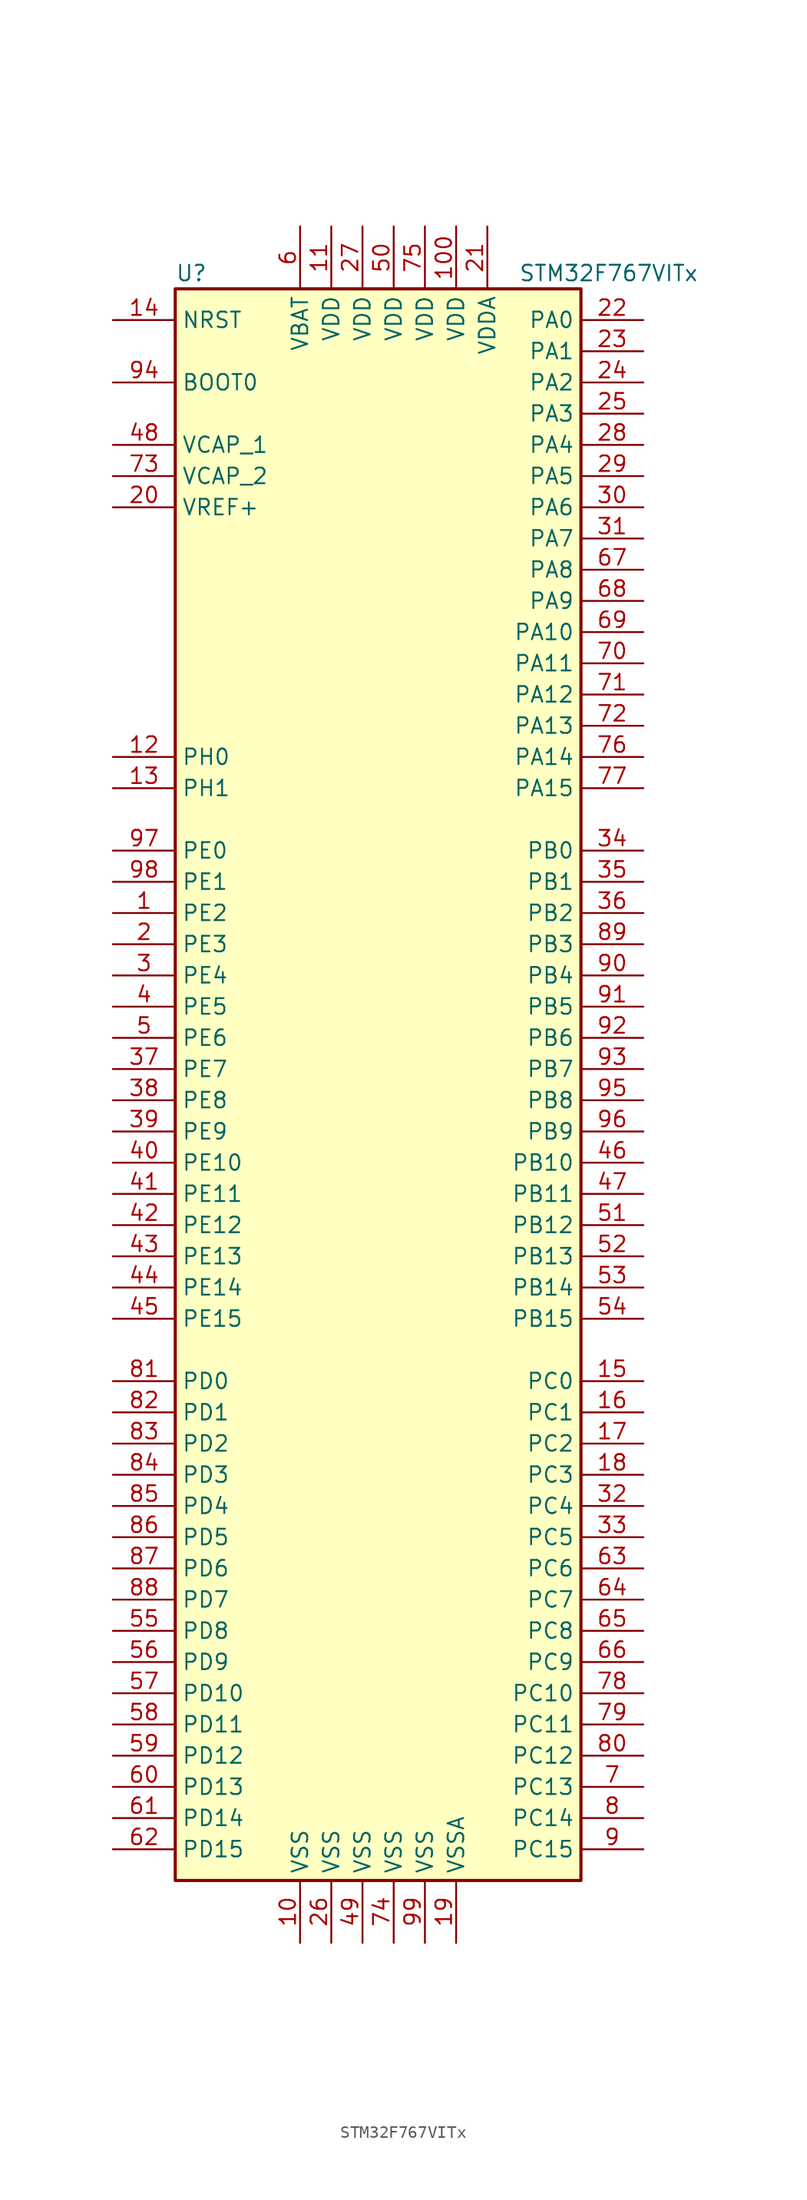
<source format=kicad_sym>
(kicad_symbol_lib
  (version 20211014)
  (generator kicad_symbol_editor)
  (symbol "STM32F767VITx"
    (property "Reference" "U"
      (at -17.78 64.77 0)
      (effects (font (size 1.27 1.27)) (justify left)))
    (property "Value" "STM32F767VITx"
      (at 10.16 64.77 0)
      (effects (font (size 1.27 1.27)) (justify left)))
    (symbol "STM32F767VITx_0_1"
      (rectangle (start -17.78 -66.04) (end 15.24 63.5) (stroke (width 0.254) (type default) (color 0 0 0 0)) (fill (type background))))
    (symbol "STM32F767VITx_1_1"
      (pin bidirectional line (at -22.86 12.7 0) (length 5.08) (name "PE2" (effects (font (size 1.27 1.27)))) (number "1" (effects (font (size 1.27 1.27)))))
      (pin power_in line (at -7.62 -71.12 90) (length 5.08) (name "VSS" (effects (font (size 1.27 1.27)))) (number "10" (effects (font (size 1.27 1.27)))))
      (pin power_in line (at 5.08 68.58 270) (length 5.08) (name "VDD" (effects (font (size 1.27 1.27)))) (number "100" (effects (font (size 1.27 1.27)))))
      (pin power_in line (at -5.08 68.58 270) (length 5.08) (name "VDD" (effects (font (size 1.27 1.27)))) (number "11" (effects (font (size 1.27 1.27)))))
      (pin input line (at -22.86 25.4 0) (length 5.08) (name "PH0" (effects (font (size 1.27 1.27)))) (number "12" (effects (font (size 1.27 1.27)))))
      (pin input line (at -22.86 22.86 0) (length 5.08) (name "PH1" (effects (font (size 1.27 1.27)))) (number "13" (effects (font (size 1.27 1.27)))))
      (pin input line (at -22.86 60.96 0) (length 5.08) (name "NRST" (effects (font (size 1.27 1.27)))) (number "14" (effects (font (size 1.27 1.27)))))
      (pin bidirectional line (at 20.32 -25.4 180) (length 5.08) (name "PC0" (effects (font (size 1.27 1.27)))) (number "15" (effects (font (size 1.27 1.27)))))
      (pin bidirectional line (at 20.32 -27.94 180) (length 5.08) (name "PC1" (effects (font (size 1.27 1.27)))) (number "16" (effects (font (size 1.27 1.27)))))
      (pin bidirectional line (at 20.32 -30.48 180) (length 5.08) (name "PC2" (effects (font (size 1.27 1.27)))) (number "17" (effects (font (size 1.27 1.27)))))
      (pin bidirectional line (at 20.32 -33.02 180) (length 5.08) (name "PC3" (effects (font (size 1.27 1.27)))) (number "18" (effects (font (size 1.27 1.27)))))
      (pin power_in line (at 5.08 -71.12 90) (length 5.08) (name "VSSA" (effects (font (size 1.27 1.27)))) (number "19" (effects (font (size 1.27 1.27)))))
      (pin bidirectional line (at -22.86 10.16 0) (length 5.08) (name "PE3" (effects (font (size 1.27 1.27)))) (number "2" (effects (font (size 1.27 1.27)))))
      (pin power_in line (at -22.86 45.72 0) (length 5.08) (name "VREF+" (effects (font (size 1.27 1.27)))) (number "20" (effects (font (size 1.27 1.27)))))
      (pin power_in line (at 7.62 68.58 270) (length 5.08) (name "VDDA" (effects (font (size 1.27 1.27)))) (number "21" (effects (font (size 1.27 1.27)))))
      (pin bidirectional line (at 20.32 60.96 180) (length 5.08) (name "PA0" (effects (font (size 1.27 1.27)))) (number "22" (effects (font (size 1.27 1.27)))))
      (pin bidirectional line (at 20.32 58.42 180) (length 5.08) (name "PA1" (effects (font (size 1.27 1.27)))) (number "23" (effects (font (size 1.27 1.27)))))
      (pin bidirectional line (at 20.32 55.88 180) (length 5.08) (name "PA2" (effects (font (size 1.27 1.27)))) (number "24" (effects (font (size 1.27 1.27)))))
      (pin bidirectional line (at 20.32 53.34 180) (length 5.08) (name "PA3" (effects (font (size 1.27 1.27)))) (number "25" (effects (font (size 1.27 1.27)))))
      (pin power_in line (at -5.08 -71.12 90) (length 5.08) (name "VSS" (effects (font (size 1.27 1.27)))) (number "26" (effects (font (size 1.27 1.27)))))
      (pin power_in line (at -2.54 68.58 270) (length 5.08) (name "VDD" (effects (font (size 1.27 1.27)))) (number "27" (effects (font (size 1.27 1.27)))))
      (pin bidirectional line (at 20.32 50.8 180) (length 5.08) (name "PA4" (effects (font (size 1.27 1.27)))) (number "28" (effects (font (size 1.27 1.27)))))
      (pin bidirectional line (at 20.32 48.26 180) (length 5.08) (name "PA5" (effects (font (size 1.27 1.27)))) (number "29" (effects (font (size 1.27 1.27)))))
      (pin bidirectional line (at -22.86 7.62 0) (length 5.08) (name "PE4" (effects (font (size 1.27 1.27)))) (number "3" (effects (font (size 1.27 1.27)))))
      (pin bidirectional line (at 20.32 45.72 180) (length 5.08) (name "PA6" (effects (font (size 1.27 1.27)))) (number "30" (effects (font (size 1.27 1.27)))))
      (pin bidirectional line (at 20.32 43.18 180) (length 5.08) (name "PA7" (effects (font (size 1.27 1.27)))) (number "31" (effects (font (size 1.27 1.27)))))
      (pin bidirectional line (at 20.32 -35.56 180) (length 5.08) (name "PC4" (effects (font (size 1.27 1.27)))) (number "32" (effects (font (size 1.27 1.27)))))
      (pin bidirectional line (at 20.32 -38.1 180) (length 5.08) (name "PC5" (effects (font (size 1.27 1.27)))) (number "33" (effects (font (size 1.27 1.27)))))
      (pin bidirectional line (at 20.32 17.78 180) (length 5.08) (name "PB0" (effects (font (size 1.27 1.27)))) (number "34" (effects (font (size 1.27 1.27)))))
      (pin bidirectional line (at 20.32 15.24 180) (length 5.08) (name "PB1" (effects (font (size 1.27 1.27)))) (number "35" (effects (font (size 1.27 1.27)))))
      (pin bidirectional line (at 20.32 12.7 180) (length 5.08) (name "PB2" (effects (font (size 1.27 1.27)))) (number "36" (effects (font (size 1.27 1.27)))))
      (pin bidirectional line (at -22.86 0 0) (length 5.08) (name "PE7" (effects (font (size 1.27 1.27)))) (number "37" (effects (font (size 1.27 1.27)))))
      (pin bidirectional line (at -22.86 -2.54 0) (length 5.08) (name "PE8" (effects (font (size 1.27 1.27)))) (number "38" (effects (font (size 1.27 1.27)))))
      (pin bidirectional line (at -22.86 -5.08 0) (length 5.08) (name "PE9" (effects (font (size 1.27 1.27)))) (number "39" (effects (font (size 1.27 1.27)))))
      (pin bidirectional line (at -22.86 5.08 0) (length 5.08) (name "PE5" (effects (font (size 1.27 1.27)))) (number "4" (effects (font (size 1.27 1.27)))))
      (pin bidirectional line (at -22.86 -7.62 0) (length 5.08) (name "PE10" (effects (font (size 1.27 1.27)))) (number "40" (effects (font (size 1.27 1.27)))))
      (pin bidirectional line (at -22.86 -10.16 0) (length 5.08) (name "PE11" (effects (font (size 1.27 1.27)))) (number "41" (effects (font (size 1.27 1.27)))))
      (pin bidirectional line (at -22.86 -12.7 0) (length 5.08) (name "PE12" (effects (font (size 1.27 1.27)))) (number "42" (effects (font (size 1.27 1.27)))))
      (pin bidirectional line (at -22.86 -15.24 0) (length 5.08) (name "PE13" (effects (font (size 1.27 1.27)))) (number "43" (effects (font (size 1.27 1.27)))))
      (pin bidirectional line (at -22.86 -17.78 0) (length 5.08) (name "PE14" (effects (font (size 1.27 1.27)))) (number "44" (effects (font (size 1.27 1.27)))))
      (pin bidirectional line (at -22.86 -20.32 0) (length 5.08) (name "PE15" (effects (font (size 1.27 1.27)))) (number "45" (effects (font (size 1.27 1.27)))))
      (pin bidirectional line (at 20.32 -7.62 180) (length 5.08) (name "PB10" (effects (font (size 1.27 1.27)))) (number "46" (effects (font (size 1.27 1.27)))))
      (pin bidirectional line (at 20.32 -10.16 180) (length 5.08) (name "PB11" (effects (font (size 1.27 1.27)))) (number "47" (effects (font (size 1.27 1.27)))))
      (pin power_in line (at -22.86 50.8 0) (length 5.08) (name "VCAP_1" (effects (font (size 1.27 1.27)))) (number "48" (effects (font (size 1.27 1.27)))))
      (pin power_in line (at -2.54 -71.12 90) (length 5.08) (name "VSS" (effects (font (size 1.27 1.27)))) (number "49" (effects (font (size 1.27 1.27)))))
      (pin bidirectional line (at -22.86 2.54 0) (length 5.08) (name "PE6" (effects (font (size 1.27 1.27)))) (number "5" (effects (font (size 1.27 1.27)))))
      (pin power_in line (at 0 68.58 270) (length 5.08) (name "VDD" (effects (font (size 1.27 1.27)))) (number "50" (effects (font (size 1.27 1.27)))))
      (pin bidirectional line (at 20.32 -12.7 180) (length 5.08) (name "PB12" (effects (font (size 1.27 1.27)))) (number "51" (effects (font (size 1.27 1.27)))))
      (pin bidirectional line (at 20.32 -15.24 180) (length 5.08) (name "PB13" (effects (font (size 1.27 1.27)))) (number "52" (effects (font (size 1.27 1.27)))))
      (pin bidirectional line (at 20.32 -17.78 180) (length 5.08) (name "PB14" (effects (font (size 1.27 1.27)))) (number "53" (effects (font (size 1.27 1.27)))))
      (pin bidirectional line (at 20.32 -20.32 180) (length 5.08) (name "PB15" (effects (font (size 1.27 1.27)))) (number "54" (effects (font (size 1.27 1.27)))))
      (pin bidirectional line (at -22.86 -45.72 0) (length 5.08) (name "PD8" (effects (font (size 1.27 1.27)))) (number "55" (effects (font (size 1.27 1.27)))))
      (pin bidirectional line (at -22.86 -48.26 0) (length 5.08) (name "PD9" (effects (font (size 1.27 1.27)))) (number "56" (effects (font (size 1.27 1.27)))))
      (pin bidirectional line (at -22.86 -50.8 0) (length 5.08) (name "PD10" (effects (font (size 1.27 1.27)))) (number "57" (effects (font (size 1.27 1.27)))))
      (pin bidirectional line (at -22.86 -53.34 0) (length 5.08) (name "PD11" (effects (font (size 1.27 1.27)))) (number "58" (effects (font (size 1.27 1.27)))))
      (pin bidirectional line (at -22.86 -55.88 0) (length 5.08) (name "PD12" (effects (font (size 1.27 1.27)))) (number "59" (effects (font (size 1.27 1.27)))))
      (pin power_in line (at -7.62 68.58 270) (length 5.08) (name "VBAT" (effects (font (size 1.27 1.27)))) (number "6" (effects (font (size 1.27 1.27)))))
      (pin bidirectional line (at -22.86 -58.42 0) (length 5.08) (name "PD13" (effects (font (size 1.27 1.27)))) (number "60" (effects (font (size 1.27 1.27)))))
      (pin bidirectional line (at -22.86 -60.96 0) (length 5.08) (name "PD14" (effects (font (size 1.27 1.27)))) (number "61" (effects (font (size 1.27 1.27)))))
      (pin bidirectional line (at -22.86 -63.5 0) (length 5.08) (name "PD15" (effects (font (size 1.27 1.27)))) (number "62" (effects (font (size 1.27 1.27)))))
      (pin bidirectional line (at 20.32 -40.64 180) (length 5.08) (name "PC6" (effects (font (size 1.27 1.27)))) (number "63" (effects (font (size 1.27 1.27)))))
      (pin bidirectional line (at 20.32 -43.18 180) (length 5.08) (name "PC7" (effects (font (size 1.27 1.27)))) (number "64" (effects (font (size 1.27 1.27)))))
      (pin bidirectional line (at 20.32 -45.72 180) (length 5.08) (name "PC8" (effects (font (size 1.27 1.27)))) (number "65" (effects (font (size 1.27 1.27)))))
      (pin bidirectional line (at 20.32 -48.26 180) (length 5.08) (name "PC9" (effects (font (size 1.27 1.27)))) (number "66" (effects (font (size 1.27 1.27)))))
      (pin bidirectional line (at 20.32 40.64 180) (length 5.08) (name "PA8" (effects (font (size 1.27 1.27)))) (number "67" (effects (font (size 1.27 1.27)))))
      (pin bidirectional line (at 20.32 38.1 180) (length 5.08) (name "PA9" (effects (font (size 1.27 1.27)))) (number "68" (effects (font (size 1.27 1.27)))))
      (pin bidirectional line (at 20.32 35.56 180) (length 5.08) (name "PA10" (effects (font (size 1.27 1.27)))) (number "69" (effects (font (size 1.27 1.27)))))
      (pin bidirectional line (at 20.32 -58.42 180) (length 5.08) (name "PC13" (effects (font (size 1.27 1.27)))) (number "7" (effects (font (size 1.27 1.27)))))
      (pin bidirectional line (at 20.32 33.02 180) (length 5.08) (name "PA11" (effects (font (size 1.27 1.27)))) (number "70" (effects (font (size 1.27 1.27)))))
      (pin bidirectional line (at 20.32 30.48 180) (length 5.08) (name "PA12" (effects (font (size 1.27 1.27)))) (number "71" (effects (font (size 1.27 1.27)))))
      (pin bidirectional line (at 20.32 27.94 180) (length 5.08) (name "PA13" (effects (font (size 1.27 1.27)))) (number "72" (effects (font (size 1.27 1.27)))))
      (pin power_in line (at -22.86 48.26 0) (length 5.08) (name "VCAP_2" (effects (font (size 1.27 1.27)))) (number "73" (effects (font (size 1.27 1.27)))))
      (pin power_in line (at 0 -71.12 90) (length 5.08) (name "VSS" (effects (font (size 1.27 1.27)))) (number "74" (effects (font (size 1.27 1.27)))))
      (pin power_in line (at 2.54 68.58 270) (length 5.08) (name "VDD" (effects (font (size 1.27 1.27)))) (number "75" (effects (font (size 1.27 1.27)))))
      (pin bidirectional line (at 20.32 25.4 180) (length 5.08) (name "PA14" (effects (font (size 1.27 1.27)))) (number "76" (effects (font (size 1.27 1.27)))))
      (pin bidirectional line (at 20.32 22.86 180) (length 5.08) (name "PA15" (effects (font (size 1.27 1.27)))) (number "77" (effects (font (size 1.27 1.27)))))
      (pin bidirectional line (at 20.32 -50.8 180) (length 5.08) (name "PC10" (effects (font (size 1.27 1.27)))) (number "78" (effects (font (size 1.27 1.27)))))
      (pin bidirectional line (at 20.32 -53.34 180) (length 5.08) (name "PC11" (effects (font (size 1.27 1.27)))) (number "79" (effects (font (size 1.27 1.27)))))
      (pin bidirectional line (at 20.32 -60.96 180) (length 5.08) (name "PC14" (effects (font (size 1.27 1.27)))) (number "8" (effects (font (size 1.27 1.27)))))
      (pin bidirectional line (at 20.32 -55.88 180) (length 5.08) (name "PC12" (effects (font (size 1.27 1.27)))) (number "80" (effects (font (size 1.27 1.27)))))
      (pin bidirectional line (at -22.86 -25.4 0) (length 5.08) (name "PD0" (effects (font (size 1.27 1.27)))) (number "81" (effects (font (size 1.27 1.27)))))
      (pin bidirectional line (at -22.86 -27.94 0) (length 5.08) (name "PD1" (effects (font (size 1.27 1.27)))) (number "82" (effects (font (size 1.27 1.27)))))
      (pin bidirectional line (at -22.86 -30.48 0) (length 5.08) (name "PD2" (effects (font (size 1.27 1.27)))) (number "83" (effects (font (size 1.27 1.27)))))
      (pin bidirectional line (at -22.86 -33.02 0) (length 5.08) (name "PD3" (effects (font (size 1.27 1.27)))) (number "84" (effects (font (size 1.27 1.27)))))
      (pin bidirectional line (at -22.86 -35.56 0) (length 5.08) (name "PD4" (effects (font (size 1.27 1.27)))) (number "85" (effects (font (size 1.27 1.27)))))
      (pin bidirectional line (at -22.86 -38.1 0) (length 5.08) (name "PD5" (effects (font (size 1.27 1.27)))) (number "86" (effects (font (size 1.27 1.27)))))
      (pin bidirectional line (at -22.86 -40.64 0) (length 5.08) (name "PD6" (effects (font (size 1.27 1.27)))) (number "87" (effects (font (size 1.27 1.27)))))
      (pin bidirectional line (at -22.86 -43.18 0) (length 5.08) (name "PD7" (effects (font (size 1.27 1.27)))) (number "88" (effects (font (size 1.27 1.27)))))
      (pin bidirectional line (at 20.32 10.16 180) (length 5.08) (name "PB3" (effects (font (size 1.27 1.27)))) (number "89" (effects (font (size 1.27 1.27)))))
      (pin bidirectional line (at 20.32 -63.5 180) (length 5.08) (name "PC15" (effects (font (size 1.27 1.27)))) (number "9" (effects (font (size 1.27 1.27)))))
      (pin bidirectional line (at 20.32 7.62 180) (length 5.08) (name "PB4" (effects (font (size 1.27 1.27)))) (number "90" (effects (font (size 1.27 1.27)))))
      (pin bidirectional line (at 20.32 5.08 180) (length 5.08) (name "PB5" (effects (font (size 1.27 1.27)))) (number "91" (effects (font (size 1.27 1.27)))))
      (pin bidirectional line (at 20.32 2.54 180) (length 5.08) (name "PB6" (effects (font (size 1.27 1.27)))) (number "92" (effects (font (size 1.27 1.27)))))
      (pin bidirectional line (at 20.32 0 180) (length 5.08) (name "PB7" (effects (font (size 1.27 1.27)))) (number "93" (effects (font (size 1.27 1.27)))))
      (pin input line (at -22.86 55.88 0) (length 5.08) (name "BOOT0" (effects (font (size 1.27 1.27)))) (number "94" (effects (font (size 1.27 1.27)))))
      (pin bidirectional line (at 20.32 -2.54 180) (length 5.08) (name "PB8" (effects (font (size 1.27 1.27)))) (number "95" (effects (font (size 1.27 1.27)))))
      (pin bidirectional line (at 20.32 -5.08 180) (length 5.08) (name "PB9" (effects (font (size 1.27 1.27)))) (number "96" (effects (font (size 1.27 1.27)))))
      (pin bidirectional line (at -22.86 17.78 0) (length 5.08) (name "PE0" (effects (font (size 1.27 1.27)))) (number "97" (effects (font (size 1.27 1.27)))))
      (pin bidirectional line (at -22.86 15.24 0) (length 5.08) (name "PE1" (effects (font (size 1.27 1.27)))) (number "98" (effects (font (size 1.27 1.27)))))
      (pin power_in line (at 2.54 -71.12 90) (length 5.08) (name "VSS" (effects (font (size 1.27 1.27)))) (number "99" (effects (font (size 1.27 1.27))))))))
</source>
